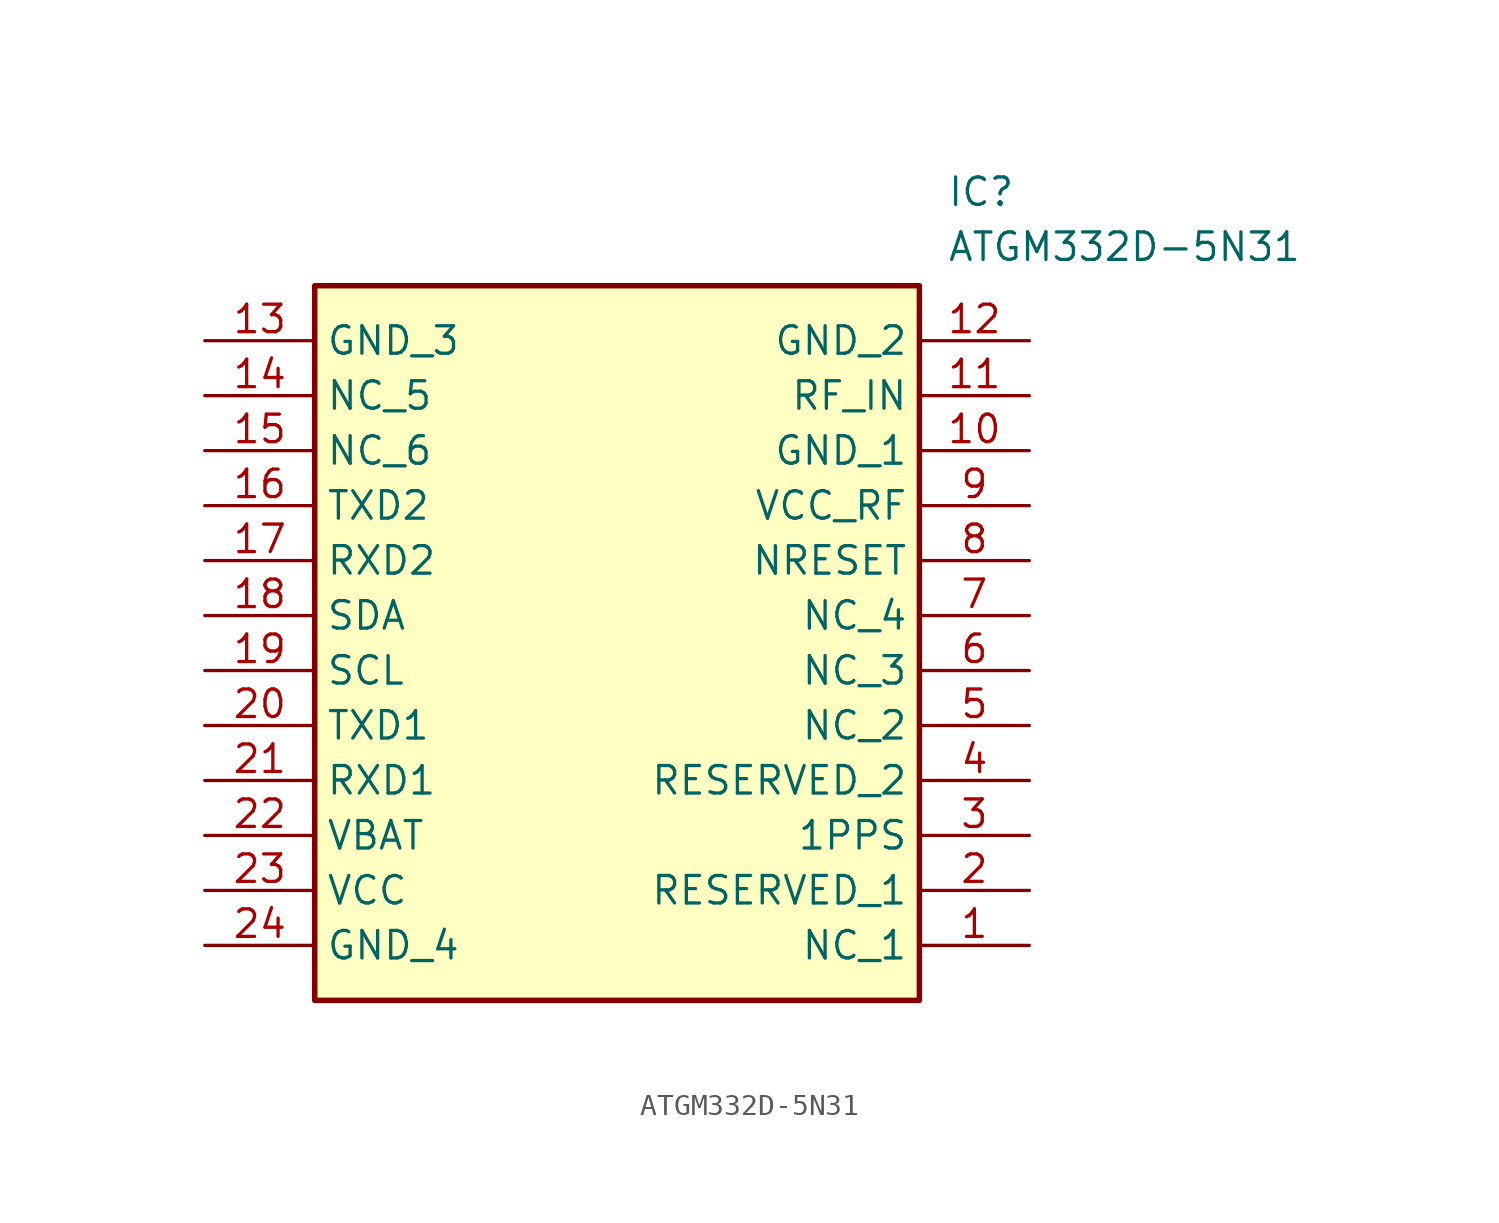
<source format=kicad_sym>
(kicad_symbol_lib
  (version 20211014)
  (generator SamacSys_ECAD_Model)
  (symbol "ATGM332D-5N31"
    (property "Reference" "IC"
      (at 34.29 7.62 0)
      (effects (font (size 1.27 1.27)) (justify left top)))
    (property "Value" "ATGM332D-5N31"
      (at 34.29 5.08 0)
      (effects (font (size 1.27 1.27)) (justify left top)))
    (rectangle
      (start 5.08 2.54)
      (end 33.02 -30.48)
      (stroke (width 0.254) (type default))
      (fill (type background)))
    (pin passive line
      (at 38.1 -27.94 180)
      (length 5.08)
      (name "NC_1" (effects (font (size 1.27 1.27))))
      (number "1" (effects (font (size 1.27 1.27)))))
    (pin passive line
      (at 38.1 -25.4 180)
      (length 5.08)
      (name "RESERVED_1" (effects (font (size 1.27 1.27))))
      (number "2" (effects (font (size 1.27 1.27)))))
    (pin passive line
      (at 38.1 -22.86 180)
      (length 5.08)
      (name "1PPS" (effects (font (size 1.27 1.27))))
      (number "3" (effects (font (size 1.27 1.27)))))
    (pin passive line
      (at 38.1 -20.32 180)
      (length 5.08)
      (name "RESERVED_2" (effects (font (size 1.27 1.27))))
      (number "4" (effects (font (size 1.27 1.27)))))
    (pin passive line
      (at 38.1 -17.78 180)
      (length 5.08)
      (name "NC_2" (effects (font (size 1.27 1.27))))
      (number "5" (effects (font (size 1.27 1.27)))))
    (pin passive line
      (at 38.1 -15.24 180)
      (length 5.08)
      (name "NC_3" (effects (font (size 1.27 1.27))))
      (number "6" (effects (font (size 1.27 1.27)))))
    (pin passive line
      (at 38.1 -12.7 180)
      (length 5.08)
      (name "NC_4" (effects (font (size 1.27 1.27))))
      (number "7" (effects (font (size 1.27 1.27)))))
    (pin passive line
      (at 38.1 -10.16 180)
      (length 5.08)
      (name "NRESET" (effects (font (size 1.27 1.27))))
      (number "8" (effects (font (size 1.27 1.27)))))
    (pin passive line
      (at 38.1 -7.62 180)
      (length 5.08)
      (name "VCC_RF" (effects (font (size 1.27 1.27))))
      (number "9" (effects (font (size 1.27 1.27)))))
    (pin passive line
      (at 38.1 -5.08 180)
      (length 5.08)
      (name "GND_1" (effects (font (size 1.27 1.27))))
      (number "10" (effects (font (size 1.27 1.27)))))
    (pin passive line
      (at 38.1 -2.54 180)
      (length 5.08)
      (name "RF_IN" (effects (font (size 1.27 1.27))))
      (number "11" (effects (font (size 1.27 1.27)))))
    (pin passive line
      (at 38.1 0 180)
      (length 5.08)
      (name "GND_2" (effects (font (size 1.27 1.27))))
      (number "12" (effects (font (size 1.27 1.27)))))
    (pin passive line
      (at 0 0 0)
      (length 5.08)
      (name "GND_3" (effects (font (size 1.27 1.27))))
      (number "13" (effects (font (size 1.27 1.27)))))
    (pin passive line
      (at 0 -2.54 0)
      (length 5.08)
      (name "NC_5" (effects (font (size 1.27 1.27))))
      (number "14" (effects (font (size 1.27 1.27)))))
    (pin passive line
      (at 0 -5.08 0)
      (length 5.08)
      (name "NC_6" (effects (font (size 1.27 1.27))))
      (number "15" (effects (font (size 1.27 1.27)))))
    (pin passive line
      (at 0 -7.62 0)
      (length 5.08)
      (name "TXD2" (effects (font (size 1.27 1.27))))
      (number "16" (effects (font (size 1.27 1.27)))))
    (pin passive line
      (at 0 -10.16 0)
      (length 5.08)
      (name "RXD2" (effects (font (size 1.27 1.27))))
      (number "17" (effects (font (size 1.27 1.27)))))
    (pin passive line
      (at 0 -12.7 0)
      (length 5.08)
      (name "SDA" (effects (font (size 1.27 1.27))))
      (number "18" (effects (font (size 1.27 1.27)))))
    (pin passive line
      (at 0 -15.24 0)
      (length 5.08)
      (name "SCL" (effects (font (size 1.27 1.27))))
      (number "19" (effects (font (size 1.27 1.27)))))
    (pin passive line
      (at 0 -17.78 0)
      (length 5.08)
      (name "TXD1" (effects (font (size 1.27 1.27))))
      (number "20" (effects (font (size 1.27 1.27)))))
    (pin passive line
      (at 0 -20.32 0)
      (length 5.08)
      (name "RXD1" (effects (font (size 1.27 1.27))))
      (number "21" (effects (font (size 1.27 1.27)))))
    (pin passive line
      (at 0 -22.86 0)
      (length 5.08)
      (name "VBAT" (effects (font (size 1.27 1.27))))
      (number "22" (effects (font (size 1.27 1.27)))))
    (pin passive line
      (at 0 -25.4 0)
      (length 5.08)
      (name "VCC" (effects (font (size 1.27 1.27))))
      (number "23" (effects (font (size 1.27 1.27)))))
    (pin passive line
      (at 0 -27.94 0)
      (length 5.08)
      (name "GND_4" (effects (font (size 1.27 1.27))))
      (number "24" (effects (font (size 1.27 1.27)))))))
</source>
